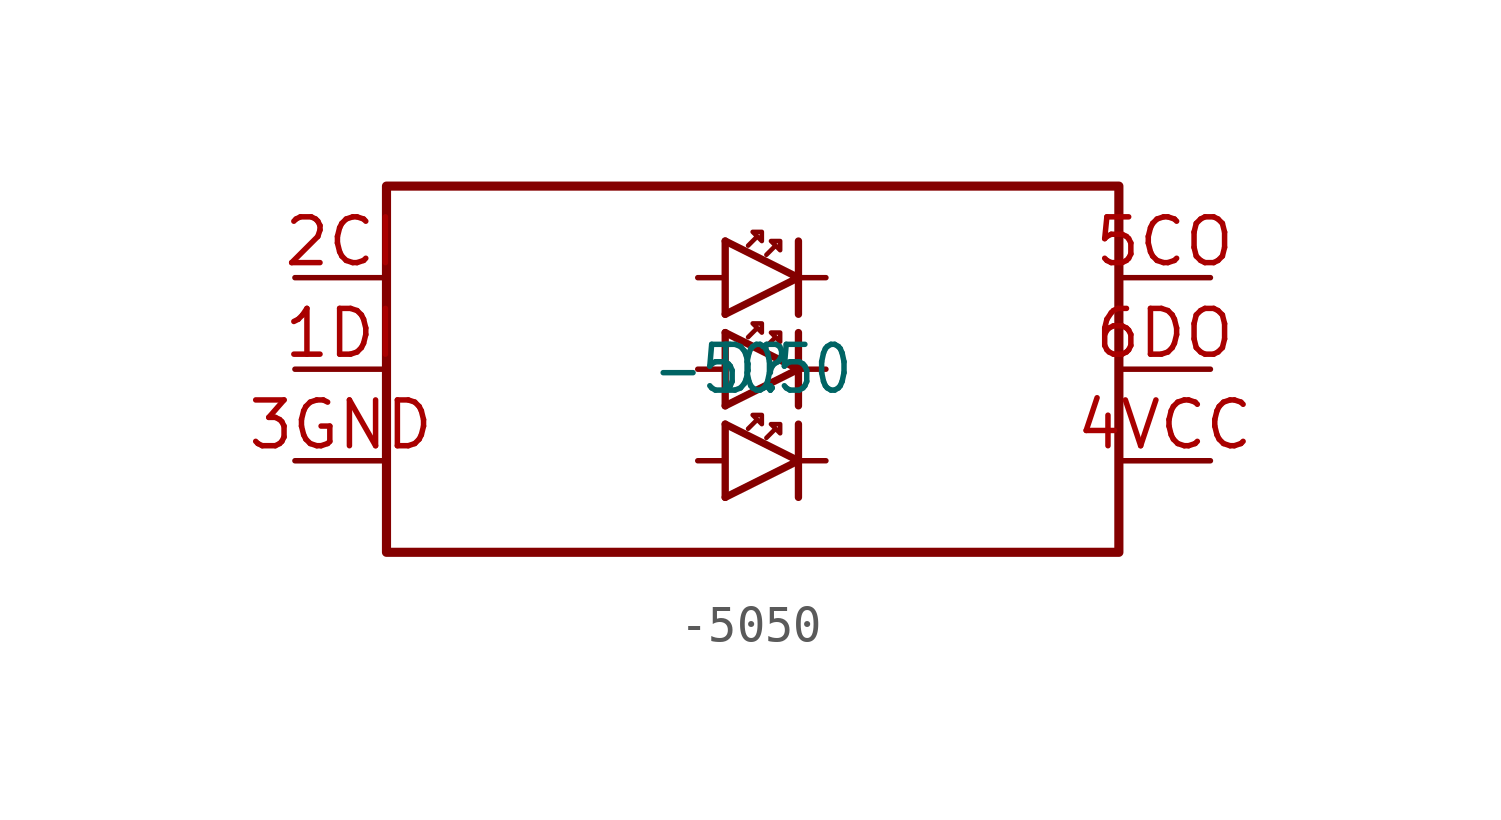
<source format=kicad_sym>
(kicad_symbol_lib
  (version 20211014)
  (generator kicad_symbol_editor)
  (symbol "-5050"
    (pin_names
      (offset 1.016) hide)
    (property "Reference" "D"
      (at 0 0 0)
      (effects (font (size 1.27 1.086))))
    (property "Value" "-5050"
      (at 0 0 0)
      (effects (font (size 1.27 1.086))))
    (symbol "-5050_0_0")
    (symbol "-5050_0_1"
      (polyline (pts (xy -10.16 5.08) (xy -10.16 -5.08) (xy 10.16 -5.08) (xy 10.16 5.08) (xy -10.16 5.08)) (stroke (width 0.254) (type default) (color 0 0 0 0)))
      (polyline (pts (xy -0.762 3.556) (xy 1.27 2.54) (xy -0.762 1.524)) (stroke (width 0.203) (type default) (color 0 0 0 0)))
      (polyline (pts (xy 1.27 3.556) (xy 1.27 2.54) (xy 1.27 1.524)) (stroke (width 0.203) (type default) (color 0 0 0 0)))
      (polyline (pts (xy -0.762 3.556) (xy -0.762 2.54) (xy -0.762 1.524)) (stroke (width 0.203) (type default) (color 0 0 0 0)))
      (polyline (pts (xy 1.27 2.54) (xy 2.032 2.54)) (stroke (width 0.152) (type default) (color 0 0 0 0)))
      (polyline (pts (xy -0.762 1.016) (xy 1.27 0.0) (xy -0.762 -1.016)) (stroke (width 0.203) (type default) (color 0 0 0 0)))
      (polyline (pts (xy 1.27 1.016) (xy 1.27 0.0) (xy 1.27 -1.016)) (stroke (width 0.203) (type default) (color 0 0 0 0)))
      (polyline (pts (xy -0.762 1.016) (xy -0.762 0.0) (xy -0.762 -1.016)) (stroke (width 0.203) (type default) (color 0 0 0 0)))
      (polyline (pts (xy 1.27 0.0) (xy 2.032 0.0)) (stroke (width 0.152) (type default) (color 0 0 0 0)))
      (polyline (pts (xy -0.762 -1.524) (xy 1.27 -2.54) (xy -0.762 -3.556)) (stroke (width 0.203) (type default) (color 0 0 0 0)))
      (polyline (pts (xy 1.27 -1.524) (xy 1.27 -2.54) (xy 1.27 -3.556)) (stroke (width 0.203) (type default) (color 0 0 0 0)))
      (polyline (pts (xy -0.762 -1.524) (xy -0.762 -2.54) (xy -0.762 -3.556)) (stroke (width 0.203) (type default) (color 0 0 0 0)))
      (polyline (pts (xy 1.27 -2.54) (xy 2.032 -2.54)) (stroke (width 0.152) (type default) (color 0 0 0 0)))
      (polyline (pts (xy -1.524 2.54) (xy -0.762 2.54)) (stroke (width 0.152) (type default) (color 0 0 0 0)))
      (polyline (pts (xy -0.762 0.0) (xy -1.524 0.0)) (stroke (width 0.152) (type default) (color 0 0 0 0)))
      (polyline (pts (xy -0.762 -2.54) (xy -1.524 -2.54)) (stroke (width 0.152) (type default) (color 0 0 0 0)))
      (polyline (pts (xy 0.381 -1.905) (xy 0.635 -1.651) (xy 0.762 -1.778) (xy 0.762 -1.524) (xy 0.508 -1.524) (xy 0.635 -1.651)) (stroke (width 0.127) (type default) (color 0 0 0 0)))
      (polyline (pts (xy -0.127 -1.651) (xy 0.127 -1.397) (xy 0.254 -1.524) (xy 0.254 -1.27) (xy 0.0 -1.27) (xy 0.127 -1.397)) (stroke (width 0.127) (type default) (color 0 0 0 0)))
      (polyline (pts (xy 0.381 0.635) (xy 0.635 0.889) (xy 0.762 0.762) (xy 0.762 1.016) (xy 0.508 1.016) (xy 0.635 0.889)) (stroke (width 0.127) (type default) (color 0 0 0 0)))
      (polyline (pts (xy -0.127 0.889) (xy 0.127 1.143) (xy 0.254 1.016) (xy 0.254 1.27) (xy 0.0 1.27) (xy 0.127 1.143)) (stroke (width 0.127) (type default) (color 0 0 0 0)))
      (polyline (pts (xy 0.381 3.175) (xy 0.635 3.429) (xy 0.762 3.302) (xy 0.762 3.556) (xy 0.508 3.556) (xy 0.635 3.429)) (stroke (width 0.127) (type default) (color 0 0 0 0)))
      (polyline (pts (xy -0.127 3.429) (xy 0.127 3.683) (xy 0.254 3.556) (xy 0.254 3.81) (xy 0.0 3.81) (xy 0.127 3.683)) (stroke (width 0.127) (type default) (color 0 0 0 0))))
    (symbol "-5050_1_1"
      (pin bidirectional line (at 12.7 2.54 180) (length 2.54) (name "CO" (effects (font (size 1.27 1.086)))) (number "5CO" (effects (font (size 1.27 1.086)))))
      (pin bidirectional line (at -12.7 0 0) (length 2.54) (name "DI" (effects (font (size 1.27 1.086)))) (number "1DI" (effects (font (size 1.27 1.086)))))
      (pin bidirectional line (at -12.7 2.54 0) (length 2.54) (name "CI" (effects (font (size 1.27 1.086)))) (number "2CI" (effects (font (size 1.27 1.086)))))
      (pin bidirectional line (at -12.7 -2.54 0) (length 2.54) (name "GND" (effects (font (size 1.27 1.086)))) (number "3GND" (effects (font (size 1.27 1.086)))))
      (pin bidirectional line (at 12.7 0 180) (length 2.54) (name "DO" (effects (font (size 1.27 1.086)))) (number "6DO" (effects (font (size 1.27 1.086)))))
      (pin bidirectional line (at 12.7 -2.54 180) (length 2.54) (name "VCC" (effects (font (size 1.27 1.086)))) (number "4VCC" (effects (font (size 1.27 1.086))))))))
</source>
